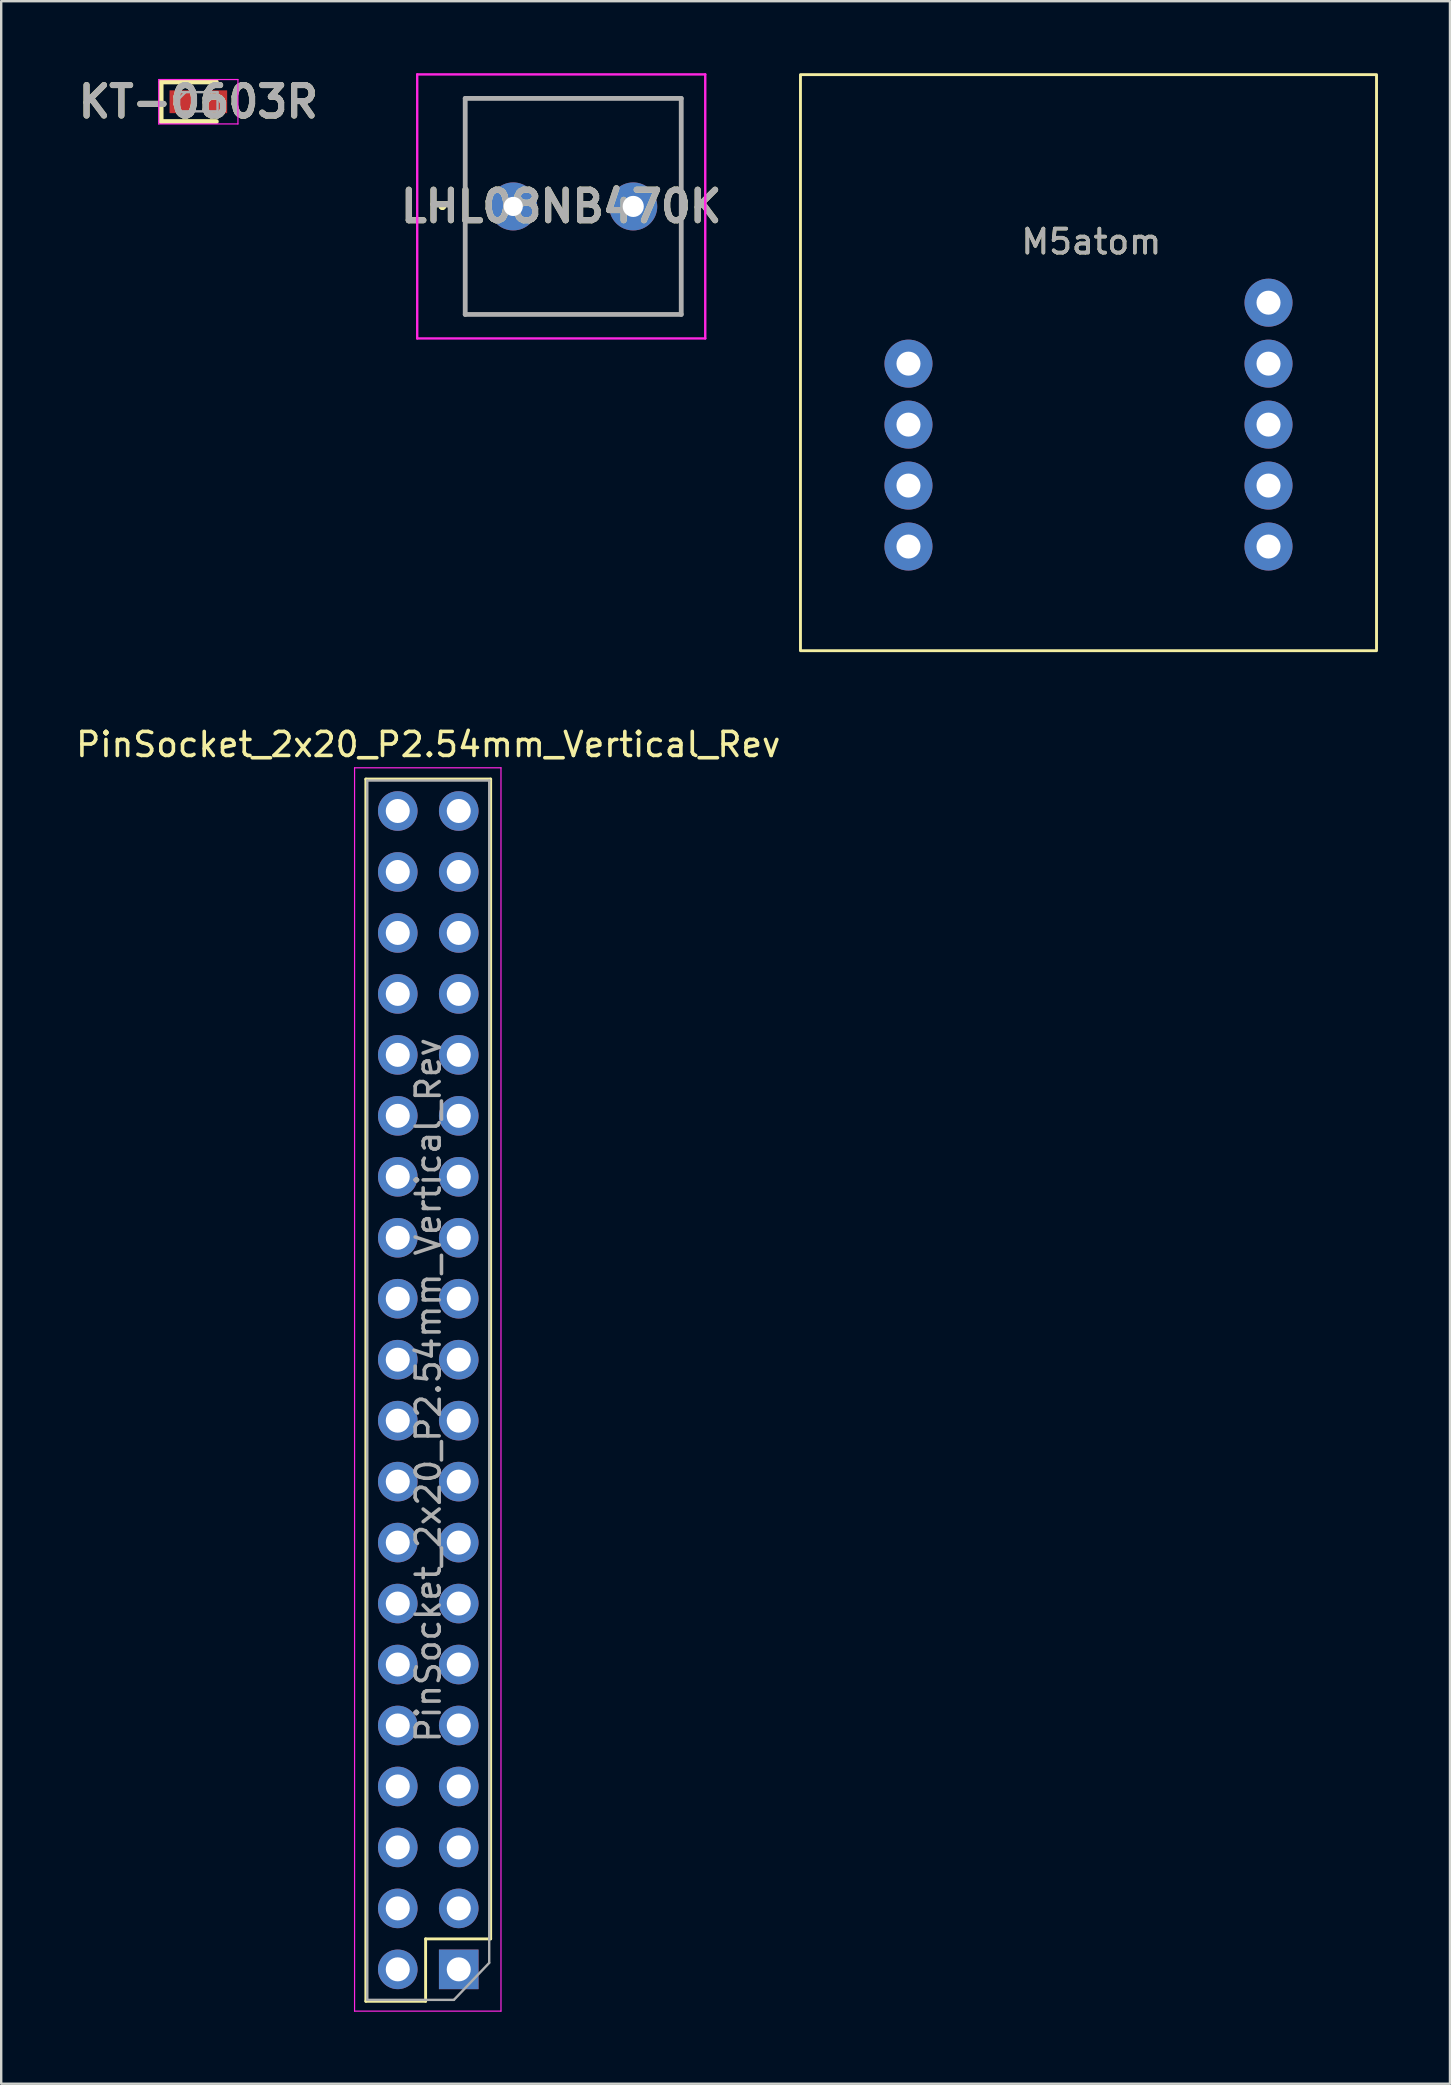
<source format=kicad_pcb>
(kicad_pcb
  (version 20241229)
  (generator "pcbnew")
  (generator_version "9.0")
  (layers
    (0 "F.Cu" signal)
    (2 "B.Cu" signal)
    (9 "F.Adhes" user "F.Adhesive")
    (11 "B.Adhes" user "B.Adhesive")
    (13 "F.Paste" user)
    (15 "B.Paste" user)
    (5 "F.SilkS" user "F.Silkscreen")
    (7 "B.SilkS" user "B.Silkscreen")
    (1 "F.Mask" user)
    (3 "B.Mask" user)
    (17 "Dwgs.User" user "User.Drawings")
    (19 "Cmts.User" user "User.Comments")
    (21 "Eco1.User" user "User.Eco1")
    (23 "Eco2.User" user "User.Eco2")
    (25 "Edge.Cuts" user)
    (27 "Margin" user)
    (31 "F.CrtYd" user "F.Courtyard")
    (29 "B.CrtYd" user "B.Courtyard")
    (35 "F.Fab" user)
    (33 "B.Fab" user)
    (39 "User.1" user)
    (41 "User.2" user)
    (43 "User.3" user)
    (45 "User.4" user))
  (footprint "PinSocket_2x20_P2.54mm_Vertical_Rev"
    (layer "F.Cu")
    (at 16.062 30.738)
    (property "Reference" "PinSocket_2x20_P2.54mm_Vertical_Rev" (at -1.27 -2.77 0) (layer "F.SilkS") (effects (font (size 1 1) (thickness 0.15))))
    (attr through_hole)
    (fp_line (start -3.87 -1.33) (end -3.87 49.59) (stroke (width 0.12) (type solid)) (layer "F.SilkS"))
    (fp_line (start -3.87 -1.33) (end 1.33 -1.33) (stroke (width 0.12) (type solid)) (layer "F.SilkS"))
    (fp_line (start -3.87 49.59) (end -1.38 49.59) (stroke (width 0.12) (type solid)) (layer "F.SilkS"))
    (fp_line (start -1.38 46.99) (end -1.38 49.59) (stroke (width 0.12) (type solid)) (layer "F.SilkS"))
    (fp_line (start -1.38 46.99) (end 1.33 46.99) (stroke (width 0.12) (type solid)) (layer "F.SilkS"))
    (fp_line (start 1.33 -1.33) (end 1.33 46.99) (stroke (width 0.12) (type solid)) (layer "F.SilkS"))
    (fp_line (start -4.34 -1.8) (end 1.76 -1.8) (stroke (width 0.05) (type solid)) (layer "F.CrtYd"))
    (fp_line (start -4.34 50) (end -4.34 -1.8) (stroke (width 0.05) (type solid)) (layer "F.CrtYd"))
    (fp_line (start 1.76 -1.8) (end 1.76 50) (stroke (width 0.05) (type solid)) (layer "F.CrtYd"))
    (fp_line (start 1.76 50) (end -4.34 50) (stroke (width 0.05) (type solid)) (layer "F.CrtYd"))
    (fp_line (start -3.81 -1.27) (end 1.27 -1.27) (stroke (width 0.1) (type solid)) (layer "F.Fab"))
    (fp_line (start -3.81 49.53) (end -3.81 -1.27) (stroke (width 0.1) (type solid)) (layer "F.Fab"))
    (fp_line (start -0.2 49.53) (end -3.81 49.53) (stroke (width 0.1) (type solid)) (layer "F.Fab"))
    (fp_line (start -0.2 49.53) (end 1.27 47.99) (stroke (width 0.1) (type solid)) (layer "F.Fab"))
    (fp_line (start 1.27 -1.27) (end 1.27 47.98) (stroke (width 0.1) (type solid)) (layer "F.Fab"))
    (fp_text user "${REFERENCE}" (at -1.27 24.13 90) (layer "F.Fab") (effects (font (size 1 1) (thickness 0.15))))
    (pad "1" thru_hole rect (at 0 48.26) (size 1.65 1.65) (drill 1) (layers "*.Cu" "*.Mask"))
    (pad "2" thru_hole circle (at -2.54 48.26) (size 1.65 1.65) (drill 1) (layers "*.Cu" "*.Mask"))
    (pad "3" thru_hole circle (at 0 45.72) (size 1.65 1.65) (drill 1) (layers "*.Cu" "*.Mask"))
    (pad "4" thru_hole circle (at -2.54 45.72) (size 1.65 1.65) (drill 1) (layers "*.Cu" "*.Mask"))
    (pad "5" thru_hole circle (at 0 43.18) (size 1.65 1.65) (drill 1) (layers "*.Cu" "*.Mask"))
    (pad "6" thru_hole circle (at -2.54 43.18) (size 1.65 1.65) (drill 1) (layers "*.Cu" "*.Mask"))
    (pad "7" thru_hole circle (at 0 40.64) (size 1.65 1.65) (drill 1) (layers "*.Cu" "*.Mask"))
    (pad "8" thru_hole circle (at -2.54 40.64) (size 1.65 1.65) (drill 1) (layers "*.Cu" "*.Mask"))
    (pad "9" thru_hole circle (at 0 38.1) (size 1.65 1.65) (drill 1) (layers "*.Cu" "*.Mask"))
    (pad "10" thru_hole circle (at -2.54 38.1) (size 1.65 1.65) (drill 1) (layers "*.Cu" "*.Mask"))
    (pad "11" thru_hole circle (at 0 35.56) (size 1.65 1.65) (drill 1) (layers "*.Cu" "*.Mask"))
    (pad "12" thru_hole circle (at -2.54 35.56) (size 1.65 1.65) (drill 1) (layers "*.Cu" "*.Mask"))
    (pad "13" thru_hole circle (at 0 33.02) (size 1.65 1.65) (drill 1) (layers "*.Cu" "*.Mask"))
    (pad "14" thru_hole circle (at -2.54 33.02) (size 1.65 1.65) (drill 1) (layers "*.Cu" "*.Mask"))
    (pad "15" thru_hole circle (at 0 30.48) (size 1.65 1.65) (drill 1) (layers "*.Cu" "*.Mask"))
    (pad "16" thru_hole circle (at -2.54 30.48) (size 1.65 1.65) (drill 1) (layers "*.Cu" "*.Mask"))
    (pad "17" thru_hole circle (at 0 27.94) (size 1.65 1.65) (drill 1) (layers "*.Cu" "*.Mask"))
    (pad "18" thru_hole circle (at -2.54 27.94) (size 1.65 1.65) (drill 1) (layers "*.Cu" "*.Mask"))
    (pad "19" thru_hole circle (at 0 25.4) (size 1.65 1.65) (drill 1) (layers "*.Cu" "*.Mask"))
    (pad "20" thru_hole circle (at -2.54 25.4) (size 1.65 1.65) (drill 1) (layers "*.Cu" "*.Mask"))
    (pad "21" thru_hole circle (at 0 22.86) (size 1.65 1.65) (drill 1) (layers "*.Cu" "*.Mask"))
    (pad "22" thru_hole circle (at -2.54 22.86) (size 1.65 1.65) (drill 1) (layers "*.Cu" "*.Mask"))
    (pad "23" thru_hole circle (at 0 20.32) (size 1.65 1.65) (drill 1) (layers "*.Cu" "*.Mask"))
    (pad "24" thru_hole circle (at -2.54 20.32) (size 1.65 1.65) (drill 1) (layers "*.Cu" "*.Mask"))
    (pad "25" thru_hole circle (at 0 17.78) (size 1.65 1.65) (drill 1) (layers "*.Cu" "*.Mask"))
    (pad "26" thru_hole circle (at -2.54 17.78) (size 1.65 1.65) (drill 1) (layers "*.Cu" "*.Mask"))
    (pad "27" thru_hole circle (at 0 15.24) (size 1.65 1.65) (drill 1) (layers "*.Cu" "*.Mask"))
    (pad "28" thru_hole circle (at -2.54 15.24) (size 1.65 1.65) (drill 1) (layers "*.Cu" "*.Mask"))
    (pad "29" thru_hole circle (at 0 12.7) (size 1.65 1.65) (drill 1) (layers "*.Cu" "*.Mask"))
    (pad "30" thru_hole circle (at -2.54 12.7) (size 1.65 1.65) (drill 1) (layers "*.Cu" "*.Mask"))
    (pad "31" thru_hole circle (at 0 10.16) (size 1.65 1.65) (drill 1) (layers "*.Cu" "*.Mask"))
    (pad "32" thru_hole circle (at -2.54 10.16) (size 1.65 1.65) (drill 1) (layers "*.Cu" "*.Mask"))
    (pad "33" thru_hole circle (at 0 7.62) (size 1.65 1.65) (drill 1) (layers "*.Cu" "*.Mask"))
    (pad "34" thru_hole circle (at -2.54 7.62) (size 1.65 1.65) (drill 1) (layers "*.Cu" "*.Mask"))
    (pad "35" thru_hole circle (at 0 5.08) (size 1.65 1.65) (drill 1) (layers "*.Cu" "*.Mask"))
    (pad "36" thru_hole circle (at -2.54 5.08) (size 1.65 1.65) (drill 1) (layers "*.Cu" "*.Mask"))
    (pad "37" thru_hole circle (at 0 2.54) (size 1.65 1.65) (drill 1) (layers "*.Cu" "*.Mask"))
    (pad "38" thru_hole circle (at -2.54 2.54) (size 1.65 1.65) (drill 1) (layers "*.Cu" "*.Mask"))
    (pad "39" thru_hole circle (at 0 0) (size 1.65 1.65) (drill 1) (layers "*.Cu" "*.Mask"))
    (pad "40" thru_hole circle (at -2.54 0) (size 1.65 1.65) (drill 1) (layers "*.Cu" "*.Mask")))
  (footprint "LHL08NB470K"
    (layer "F.Cu")
    (at 18.332 5.55)
    (property "Reference" "LHL08NB470K" (at 2 0 0) (layer "F.SilkS") (effects (font (size 1.27 1.27) (thickness 0.254))))
    (attr through_hole)
    (fp_line (start -3 0) (end -3 0) (stroke (width 0.2) (type solid)) (layer "F.SilkS"))
    (fp_line (start -3 0) (end -3 0) (stroke (width 0.2) (type solid)) (layer "F.SilkS"))
    (fp_line (start -2.9 0) (end -2.9 0) (stroke (width 0.2) (type solid)) (layer "F.SilkS"))
    (fp_line (start -2 -4.5) (end 7 -4.5) (stroke (width 0.1) (type solid)) (layer "F.SilkS"))
    (fp_line (start -2 4.5) (end -2 -4.5) (stroke (width 0.1) (type solid)) (layer "F.SilkS"))
    (fp_line (start 7 -4.5) (end 7 4.5) (stroke (width 0.1) (type solid)) (layer "F.SilkS"))
    (fp_line (start 7 4.5) (end -2 4.5) (stroke (width 0.1) (type solid)) (layer "F.SilkS"))
    (fp_arc (start -3 0) (mid -2.95 -0.05) (end -2.9 0) (stroke (width 0.2) (type solid)) (layer "F.SilkS"))
    (fp_arc (start -2.9 0) (mid -2.95 0.05) (end -3 0) (stroke (width 0.2) (type solid)) (layer "F.SilkS"))
    (fp_arc (start -2.9 0) (mid -2.95 0.05) (end -3 0) (stroke (width 0.2) (type solid)) (layer "F.SilkS"))
    (fp_line (start -4 -5.5) (end 8 -5.5) (stroke (width 0.1) (type solid)) (layer "F.CrtYd"))
    (fp_line (start -4 5.5) (end -4 -5.5) (stroke (width 0.1) (type solid)) (layer "F.CrtYd"))
    (fp_line (start 8 -5.5) (end 8 5.5) (stroke (width 0.1) (type solid)) (layer "F.CrtYd"))
    (fp_line (start 8 5.5) (end -4 5.5) (stroke (width 0.1) (type solid)) (layer "F.CrtYd"))
    (fp_line (start -2 -4.5) (end -2 4.5) (stroke (width 0.2) (type solid)) (layer "F.Fab"))
    (fp_line (start -2 4.5) (end 7 4.5) (stroke (width 0.2) (type solid)) (layer "F.Fab"))
    (fp_line (start 7 -4.5) (end -2 -4.5) (stroke (width 0.2) (type solid)) (layer "F.Fab"))
    (fp_line (start 7 4.5) (end 7 -4.5) (stroke (width 0.2) (type solid)) (layer "F.Fab"))
    (fp_text user "${REFERENCE}" (at 2 0 0) (layer "F.Fab") (effects (font (size 1.27 1.27) (thickness 0.254))))
    (pad "1" thru_hole circle (at 0 0) (size 2 2) (drill 0.8) (layers "*.Cu" "*.Mask"))
    (pad "2" thru_hole circle (at 5 0) (size 2 2) (drill 0.88) (layers "*.Cu" "*.Mask")))
  (footprint "M5atom"
    (layer "F.Cu")
    (at 34.799 12.1)
    (property "Reference" "M5atom" (at 7.62 -5.08 0) (unlocked yes) (layer "F.SilkS") (effects (font (size 1 1) (thickness 0.15))))
    (attr smd)
    (fp_rect (start -4.5 -12.04) (end 19.5 11.96) (stroke (width 0.12) (type solid)) (fill no) (layer "F.SilkS"))
    (fp_text user "${REFERENCE}" (at 7.62 -5.08 0) (unlocked yes) (layer "F.Fab") (effects (font (size 1 1) (thickness 0.15))))
    (pad "1" thru_hole circle (at 0 0) (size 2 2) (drill 1) (layers "*.Cu" "*.Mask"))
    (pad "2" thru_hole circle (at 0 2.54) (size 2 2) (drill 1) (layers "*.Cu" "*.Mask"))
    (pad "3" thru_hole circle (at 0 5.08) (size 2 2) (drill 1) (layers "*.Cu" "*.Mask"))
    (pad "4" thru_hole circle (at 0 7.62) (size 2 2) (drill 1) (layers "*.Cu" "*.Mask"))
    (pad "5" thru_hole circle (at 15 7.62) (size 2 2) (drill 1) (layers "*.Cu" "*.Mask"))
    (pad "6" thru_hole circle (at 15 5.08) (size 2 2) (drill 1) (layers "*.Cu" "*.Mask"))
    (pad "7" thru_hole circle (at 15 2.54) (size 2 2) (drill 1) (layers "*.Cu" "*.Mask"))
    (pad "8" thru_hole circle (at 15 0) (size 2 2) (drill 1) (layers "*.Cu" "*.Mask"))
    (pad "9" thru_hole circle (at 15 -2.54) (size 2 2) (drill 1) (layers "*.Cu" "*.Mask")))
  (footprint "KT-0603R"
    (layer "F.Cu")
    (at 5.213 1.189)
    (property "Reference" "KT-0603R" (at 0 0 0) (layer "F.SilkS") (effects (font (size 1.27 1.27) (thickness 0.254))))
    (attr smd)
    (fp_line (start -1.55 -0.825) (end -1.55 0.825) (stroke (width 0.2) (type solid)) (layer "F.SilkS"))
    (fp_line (start -1.55 0.825) (end 0.75 0.825) (stroke (width 0.2) (type solid)) (layer "F.SilkS"))
    (fp_line (start 0.75 -0.825) (end -1.55 -0.825) (stroke (width 0.2) (type solid)) (layer "F.SilkS"))
    (fp_line (start -1.65 -0.925) (end 1.65 -0.925) (stroke (width 0.05) (type solid)) (layer "F.CrtYd"))
    (fp_line (start -1.65 0.925) (end -1.65 -0.925) (stroke (width 0.05) (type solid)) (layer "F.CrtYd"))
    (fp_line (start 1.65 -0.925) (end 1.65 0.925) (stroke (width 0.05) (type solid)) (layer "F.CrtYd"))
    (fp_line (start 1.65 0.925) (end -1.65 0.925) (stroke (width 0.05) (type solid)) (layer "F.CrtYd"))
    (fp_line (start -0.8 -0.4) (end 0.8 -0.4) (stroke (width 0.1) (type solid)) (layer "F.Fab"))
    (fp_line (start -0.8 -0.133) (end -0.533 -0.4) (stroke (width 0.1) (type solid)) (layer "F.Fab"))
    (fp_line (start -0.8 0.4) (end -0.8 -0.4) (stroke (width 0.1) (type solid)) (layer "F.Fab"))
    (fp_line (start 0.8 -0.4) (end 0.8 0.4) (stroke (width 0.1) (type solid)) (layer "F.Fab"))
    (fp_line (start 0.8 0.4) (end -0.8 0.4) (stroke (width 0.1) (type solid)) (layer "F.Fab"))
    (fp_text user "${REFERENCE}" (at 0 0 0) (layer "F.Fab") (effects (font (size 1.27 1.27) (thickness 0.254))))
    (pad "1" smd rect (at -0.75 0) (size 0.9 0.95) (layers "F.Cu" "F.Mask" "F.Paste"))
    (pad "2" smd rect (at 0.75 0) (size 0.9 0.95) (layers "F.Cu" "F.Mask" "F.Paste")))
  (gr_rect
    (start -3 -3)
    (end 57.359 83.763)
    (stroke (width 0.1) (type default))
    (fill no)
    (layer "Edge.Cuts")))
</source>
